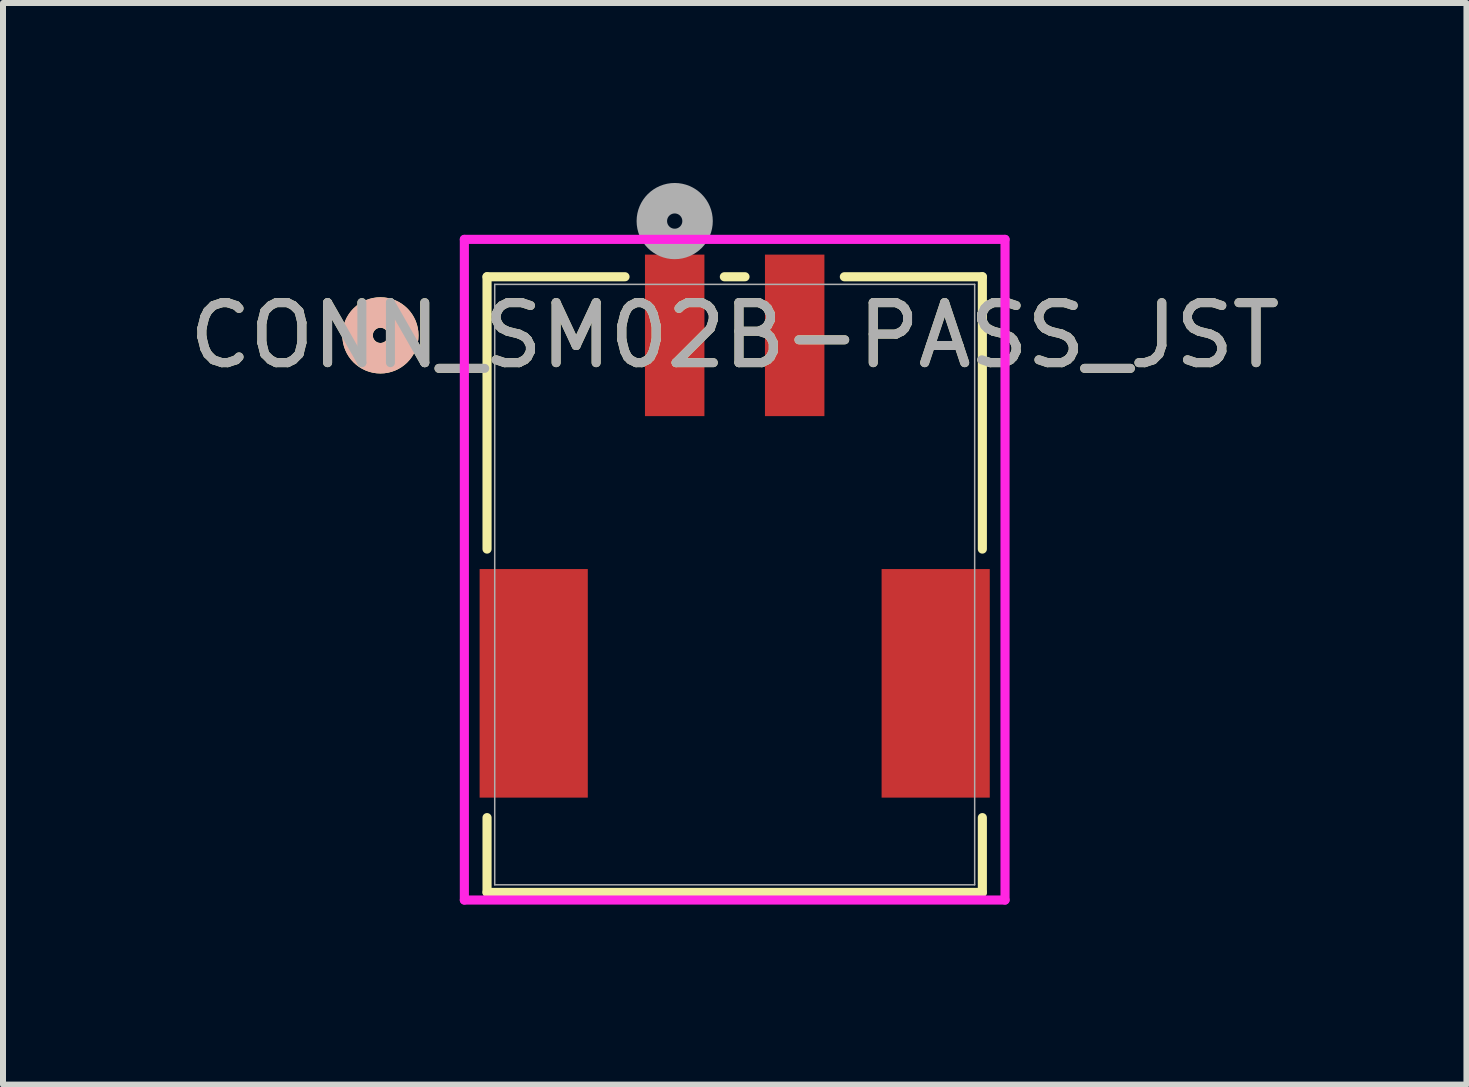
<source format=kicad_pcb>
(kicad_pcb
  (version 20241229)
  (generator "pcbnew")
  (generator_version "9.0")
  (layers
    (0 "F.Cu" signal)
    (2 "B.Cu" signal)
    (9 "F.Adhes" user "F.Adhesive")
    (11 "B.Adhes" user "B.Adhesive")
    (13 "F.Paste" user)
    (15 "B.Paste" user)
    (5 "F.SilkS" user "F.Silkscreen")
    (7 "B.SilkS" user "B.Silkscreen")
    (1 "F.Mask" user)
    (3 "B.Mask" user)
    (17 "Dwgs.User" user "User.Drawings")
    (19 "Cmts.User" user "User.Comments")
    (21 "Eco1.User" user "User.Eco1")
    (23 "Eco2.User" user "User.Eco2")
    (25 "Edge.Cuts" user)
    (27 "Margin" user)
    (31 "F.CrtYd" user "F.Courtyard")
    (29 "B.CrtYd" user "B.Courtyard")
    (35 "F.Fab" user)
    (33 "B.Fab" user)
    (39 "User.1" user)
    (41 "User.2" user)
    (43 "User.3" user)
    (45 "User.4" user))
  (footprint "CONN_SM02B-PASS_JST"
    (layer "F.Cu")
    (at 9.196 6.694)
    (property "Reference" "CONN_SM02B-PASS_JST" (at 0 -4.154 0) (unlocked yes) (layer "F.SilkS") (effects (font (size 1 1) (thickness 0.15))))
    (attr smd)
    (fp_line (start -4.128 -5.131) (end -4.128 -0.592) (stroke (width 0.152) (type solid)) (layer "F.SilkS"))
    (fp_line (start -4.128 3.884) (end -4.128 5.131) (stroke (width 0.152) (type solid)) (layer "F.SilkS"))
    (fp_line (start -4.128 5.131) (end 4.128 5.131) (stroke (width 0.152) (type solid)) (layer "F.SilkS"))
    (fp_line (start -1.828 -5.131) (end -4.128 -5.131) (stroke (width 0.152) (type solid)) (layer "F.SilkS"))
    (fp_line (start 0.172 -5.131) (end -0.172 -5.131) (stroke (width 0.152) (type solid)) (layer "F.SilkS"))
    (fp_line (start 4.128 -5.131) (end 1.828 -5.131) (stroke (width 0.152) (type solid)) (layer "F.SilkS"))
    (fp_line (start 4.128 -0.592) (end 4.128 -5.131) (stroke (width 0.152) (type solid)) (layer "F.SilkS"))
    (fp_line (start 4.128 5.131) (end 4.128 3.884) (stroke (width 0.152) (type solid)) (layer "F.SilkS"))
    (fp_circle (center -5.905 -4.154) (end -5.524 -4.154) (stroke (width 0.508) (type solid)) (fill no) (layer "F.SilkS"))
    (fp_circle (center -5.905 -4.154) (end -5.524 -4.154) (stroke (width 0.508) (type solid)) (fill no) (layer "B.SilkS"))
    (fp_line (start -4.506 -5.754) (end -4.506 5.258) (stroke (width 0.152) (type solid)) (layer "F.CrtYd"))
    (fp_line (start -4.506 5.258) (end 4.506 5.258) (stroke (width 0.152) (type solid)) (layer "F.CrtYd"))
    (fp_line (start 4.506 -5.754) (end -4.506 -5.754) (stroke (width 0.152) (type solid)) (layer "F.CrtYd"))
    (fp_line (start 4.506 5.258) (end 4.506 -5.754) (stroke (width 0.152) (type solid)) (layer "F.CrtYd"))
    (fp_line (start -4 -5.004) (end -4 5.004) (stroke (width 0.025) (type solid)) (layer "F.Fab"))
    (fp_line (start -4 5.004) (end 4 5.004) (stroke (width 0.025) (type solid)) (layer "F.Fab"))
    (fp_line (start 4 -5.004) (end -4 -5.004) (stroke (width 0.025) (type solid)) (layer "F.Fab"))
    (fp_line (start 4 5.004) (end 4 -5.004) (stroke (width 0.025) (type solid)) (layer "F.Fab"))
    (fp_circle (center -1 -6.059) (end -0.619 -6.059) (stroke (width 0.508) (type solid)) (fill no) (layer "F.Fab"))
    (fp_text user "${REFERENCE}" (at 0 -4.154 0) (unlocked yes) (layer "F.Fab") (effects (font (size 1 1) (thickness 0.15))))
    (pad "1" smd rect (at -1 -4.154) (size 0.991 2.692) (layers "F.Cu" "F.Mask" "F.Paste"))
    (pad "2" smd rect (at 1 -4.154) (size 0.991 2.692) (layers "F.Cu" "F.Mask" "F.Paste"))
    (pad "3" smd rect (at -3.35 1.646) (size 1.803 3.81) (layers "F.Cu" "F.Mask" "F.Paste"))
    (pad "4" smd rect (at 3.35 1.646) (size 1.803 3.81) (layers "F.Cu" "F.Mask" "F.Paste")))
  (gr_rect
    (start -3 -3)
    (end 21.393 15.028)
    (stroke (width 0.1) (type default))
    (fill no)
    (layer "Edge.Cuts")))
</source>
